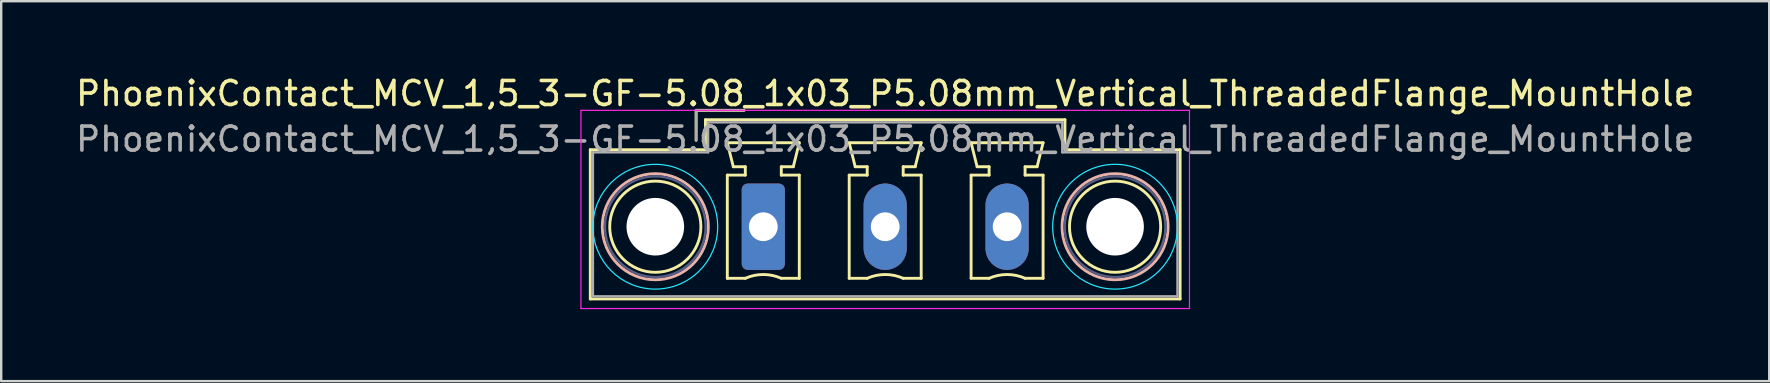
<source format=kicad_pcb>
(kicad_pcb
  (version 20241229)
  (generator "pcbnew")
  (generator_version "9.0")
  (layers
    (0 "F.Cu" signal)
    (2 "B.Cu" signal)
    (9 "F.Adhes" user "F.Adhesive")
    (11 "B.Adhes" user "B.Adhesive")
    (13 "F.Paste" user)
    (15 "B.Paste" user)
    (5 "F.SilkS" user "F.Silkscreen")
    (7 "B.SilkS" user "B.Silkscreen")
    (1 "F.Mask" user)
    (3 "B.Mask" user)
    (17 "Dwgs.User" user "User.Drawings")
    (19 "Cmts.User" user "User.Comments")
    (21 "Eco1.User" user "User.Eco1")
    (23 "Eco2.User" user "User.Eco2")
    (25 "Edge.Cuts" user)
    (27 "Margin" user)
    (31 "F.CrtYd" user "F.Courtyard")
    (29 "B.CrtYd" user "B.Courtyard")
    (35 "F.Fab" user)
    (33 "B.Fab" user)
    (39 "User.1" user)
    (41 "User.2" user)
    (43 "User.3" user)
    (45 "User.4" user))
  (footprint "PhoenixContact_MCV_1,5_3-GF-5.08_1x03_P5.08mm_Vertical_ThreadedFlange_MountHole"
    (layer "F.Cu")
    (at 28.759 6.398)
    (property "Reference" "PhoenixContact_MCV_1,5_3-GF-5.08_1x03_P5.08mm_Vertical_ThreadedFlange_MountHole" (at 5.08 -5.55 0) (layer "F.SilkS") (effects (font (size 1 1) (thickness 0.15))))
    (attr through_hole)
    (fp_line (start -7.21 -3.21) (end -7.21 3.01) (stroke (width 0.12) (type solid)) (layer "F.SilkS"))
    (fp_line (start -7.21 3.01) (end 17.37 3.01) (stroke (width 0.12) (type solid)) (layer "F.SilkS"))
    (fp_line (start -2.8 -4.85) (end -0.8 -4.85) (stroke (width 0.12) (type solid)) (layer "F.SilkS"))
    (fp_line (start -2.8 -3.6) (end -2.8 -4.85) (stroke (width 0.12) (type solid)) (layer "F.SilkS"))
    (fp_line (start -2.41 -4.46) (end -2.41 -3.21) (stroke (width 0.12) (type solid)) (layer "F.SilkS"))
    (fp_line (start -2.41 -3.21) (end -7.21 -3.21) (stroke (width 0.12) (type solid)) (layer "F.SilkS"))
    (fp_line (start -1.5 -3.5) (end 1.5 -3.5) (stroke (width 0.12) (type solid)) (layer "F.SilkS"))
    (fp_line (start -1.5 -2.15) (end -0.75 -2.15) (stroke (width 0.12) (type solid)) (layer "F.SilkS"))
    (fp_line (start -1.5 2.15) (end -1.5 -2.15) (stroke (width 0.12) (type solid)) (layer "F.SilkS"))
    (fp_line (start -1.25 -2.5) (end -1.5 -3.5) (stroke (width 0.12) (type solid)) (layer "F.SilkS"))
    (fp_line (start -0.75 -2.5) (end -1.25 -2.5) (stroke (width 0.12) (type solid)) (layer "F.SilkS"))
    (fp_line (start -0.75 -2.15) (end -0.75 -2.5) (stroke (width 0.12) (type solid)) (layer "F.SilkS"))
    (fp_line (start -0.75 2.15) (end -1.5 2.15) (stroke (width 0.12) (type solid)) (layer "F.SilkS"))
    (fp_line (start 0.75 -2.5) (end 0.75 -2.15) (stroke (width 0.12) (type solid)) (layer "F.SilkS"))
    (fp_line (start 0.75 -2.15) (end 1.5 -2.15) (stroke (width 0.12) (type solid)) (layer "F.SilkS"))
    (fp_line (start 1.25 -2.5) (end 0.75 -2.5) (stroke (width 0.12) (type solid)) (layer "F.SilkS"))
    (fp_line (start 1.5 -3.5) (end 1.25 -2.5) (stroke (width 0.12) (type solid)) (layer "F.SilkS"))
    (fp_line (start 1.5 -2.15) (end 1.5 2.15) (stroke (width 0.12) (type solid)) (layer "F.SilkS"))
    (fp_line (start 1.5 2.15) (end 0.75 2.15) (stroke (width 0.12) (type solid)) (layer "F.SilkS"))
    (fp_line (start 3.58 -3.5) (end 6.58 -3.5) (stroke (width 0.12) (type solid)) (layer "F.SilkS"))
    (fp_line (start 3.58 -2.15) (end 4.33 -2.15) (stroke (width 0.12) (type solid)) (layer "F.SilkS"))
    (fp_line (start 3.58 2.15) (end 3.58 -2.15) (stroke (width 0.12) (type solid)) (layer "F.SilkS"))
    (fp_line (start 3.83 -2.5) (end 3.58 -3.5) (stroke (width 0.12) (type solid)) (layer "F.SilkS"))
    (fp_line (start 4.33 -2.5) (end 3.83 -2.5) (stroke (width 0.12) (type solid)) (layer "F.SilkS"))
    (fp_line (start 4.33 -2.15) (end 4.33 -2.5) (stroke (width 0.12) (type solid)) (layer "F.SilkS"))
    (fp_line (start 4.33 2.15) (end 3.58 2.15) (stroke (width 0.12) (type solid)) (layer "F.SilkS"))
    (fp_line (start 5.83 -2.5) (end 5.83 -2.15) (stroke (width 0.12) (type solid)) (layer "F.SilkS"))
    (fp_line (start 5.83 -2.15) (end 6.58 -2.15) (stroke (width 0.12) (type solid)) (layer "F.SilkS"))
    (fp_line (start 6.33 -2.5) (end 5.83 -2.5) (stroke (width 0.12) (type solid)) (layer "F.SilkS"))
    (fp_line (start 6.58 -3.5) (end 6.33 -2.5) (stroke (width 0.12) (type solid)) (layer "F.SilkS"))
    (fp_line (start 6.58 -2.15) (end 6.58 2.15) (stroke (width 0.12) (type solid)) (layer "F.SilkS"))
    (fp_line (start 6.58 2.15) (end 5.83 2.15) (stroke (width 0.12) (type solid)) (layer "F.SilkS"))
    (fp_line (start 8.66 -3.5) (end 11.66 -3.5) (stroke (width 0.12) (type solid)) (layer "F.SilkS"))
    (fp_line (start 8.66 -2.15) (end 9.41 -2.15) (stroke (width 0.12) (type solid)) (layer "F.SilkS"))
    (fp_line (start 8.66 2.15) (end 8.66 -2.15) (stroke (width 0.12) (type solid)) (layer "F.SilkS"))
    (fp_line (start 8.91 -2.5) (end 8.66 -3.5) (stroke (width 0.12) (type solid)) (layer "F.SilkS"))
    (fp_line (start 9.41 -2.5) (end 8.91 -2.5) (stroke (width 0.12) (type solid)) (layer "F.SilkS"))
    (fp_line (start 9.41 -2.15) (end 9.41 -2.5) (stroke (width 0.12) (type solid)) (layer "F.SilkS"))
    (fp_line (start 9.41 2.15) (end 8.66 2.15) (stroke (width 0.12) (type solid)) (layer "F.SilkS"))
    (fp_line (start 10.91 -2.5) (end 10.91 -2.15) (stroke (width 0.12) (type solid)) (layer "F.SilkS"))
    (fp_line (start 10.91 -2.15) (end 11.66 -2.15) (stroke (width 0.12) (type solid)) (layer "F.SilkS"))
    (fp_line (start 11.41 -2.5) (end 10.91 -2.5) (stroke (width 0.12) (type solid)) (layer "F.SilkS"))
    (fp_line (start 11.66 -3.5) (end 11.41 -2.5) (stroke (width 0.12) (type solid)) (layer "F.SilkS"))
    (fp_line (start 11.66 -2.15) (end 11.66 2.15) (stroke (width 0.12) (type solid)) (layer "F.SilkS"))
    (fp_line (start 11.66 2.15) (end 10.91 2.15) (stroke (width 0.12) (type solid)) (layer "F.SilkS"))
    (fp_line (start 12.57 -4.46) (end -2.41 -4.46) (stroke (width 0.12) (type solid)) (layer "F.SilkS"))
    (fp_line (start 12.57 -3.21) (end 12.57 -4.46) (stroke (width 0.12) (type solid)) (layer "F.SilkS"))
    (fp_line (start 17.37 -3.21) (end 12.57 -3.21) (stroke (width 0.12) (type solid)) (layer "F.SilkS"))
    (fp_line (start 17.37 3.01) (end 17.37 -3.21) (stroke (width 0.12) (type solid)) (layer "F.SilkS"))
    (fp_arc (start -0.75 2.15) (mid -0.000193 1.99191) (end 0.749647 2.149844) (stroke (width 0.12) (type solid)) (layer "F.SilkS"))
    (fp_arc (start 4.33 2.15) (mid 5.079807 1.99191) (end 5.829647 2.149844) (stroke (width 0.12) (type solid)) (layer "F.SilkS"))
    (fp_arc (start 9.41 2.15) (mid 10.159807 1.99191) (end 10.909647 2.149844) (stroke (width 0.12) (type solid)) (layer "F.SilkS"))
    (fp_circle (center -4.5 0) (end -2.6 0) (stroke (width 0.12) (type solid)) (fill no) (layer "F.SilkS"))
    (fp_circle (center 14.66 0) (end 16.56 0) (stroke (width 0.12) (type solid)) (fill no) (layer "F.SilkS"))
    (fp_circle (center -4.5 0) (end -2.29 0) (stroke (width 0.12) (type solid)) (fill no) (layer "B.SilkS"))
    (fp_circle (center 14.66 0) (end 16.87 0) (stroke (width 0.12) (type solid)) (fill no) (layer "B.SilkS"))
    (fp_circle (center -4.5 0) (end -1.9 0) (stroke (width 0.05) (type solid)) (fill no) (layer "B.CrtYd"))
    (fp_circle (center 14.66 0) (end 17.26 0) (stroke (width 0.05) (type solid)) (fill no) (layer "B.CrtYd"))
    (fp_line (start -7.6 -4.85) (end -7.6 3.41) (stroke (width 0.05) (type solid)) (layer "F.CrtYd"))
    (fp_line (start -7.6 3.41) (end 17.76 3.41) (stroke (width 0.05) (type solid)) (layer "F.CrtYd"))
    (fp_line (start 17.76 -4.85) (end -7.6 -4.85) (stroke (width 0.05) (type solid)) (layer "F.CrtYd"))
    (fp_line (start 17.76 3.41) (end 17.76 -4.85) (stroke (width 0.05) (type solid)) (layer "F.CrtYd"))
    (fp_circle (center -4.5 0) (end -2.4 0) (stroke (width 0.1) (type solid)) (fill no) (layer "B.Fab"))
    (fp_circle (center 14.66 0) (end 16.76 0) (stroke (width 0.1) (type solid)) (fill no) (layer "B.Fab"))
    (fp_line (start -7.1 -3.1) (end -7.1 2.9) (stroke (width 0.1) (type solid)) (layer "F.Fab"))
    (fp_line (start -7.1 2.9) (end 17.26 2.9) (stroke (width 0.1) (type solid)) (layer "F.Fab"))
    (fp_line (start -2.8 -4.85) (end -0.8 -4.85) (stroke (width 0.1) (type solid)) (layer "F.Fab"))
    (fp_line (start -2.8 -3.6) (end -2.8 -4.85) (stroke (width 0.1) (type solid)) (layer "F.Fab"))
    (fp_line (start -2.3 -4.35) (end -2.3 -3.1) (stroke (width 0.1) (type solid)) (layer "F.Fab"))
    (fp_line (start -2.3 -3.1) (end -7.1 -3.1) (stroke (width 0.1) (type solid)) (layer "F.Fab"))
    (fp_line (start 12.46 -4.35) (end -2.3 -4.35) (stroke (width 0.1) (type solid)) (layer "F.Fab"))
    (fp_line (start 12.46 -3.1) (end 12.46 -4.35) (stroke (width 0.1) (type solid)) (layer "F.Fab"))
    (fp_line (start 17.26 -3.1) (end 12.46 -3.1) (stroke (width 0.1) (type solid)) (layer "F.Fab"))
    (fp_line (start 17.26 2.9) (end 17.26 -3.1) (stroke (width 0.1) (type solid)) (layer "F.Fab"))
    (fp_text user "${REFERENCE}" (at 5.08 -3.65 0) (layer "F.Fab") (effects (font (size 1 1) (thickness 0.15))))
    (pad "" np_thru_hole circle (at -4.5 0) (size 2.4 2.4) (drill 2.4) (layers "*.Cu" "*.Mask"))
    (pad "" np_thru_hole circle (at 14.66 0) (size 2.4 2.4) (drill 2.4) (layers "*.Cu" "*.Mask"))
    (pad "1" thru_hole roundrect (at 0 0) (size 1.8 3.6) (drill 1.2) (layers "*.Cu" "*.Mask") (roundrect_rratio 0.139))
    (pad "2" thru_hole oval (at 5.08 0) (size 1.8 3.6) (drill 1.2) (layers "*.Cu" "*.Mask"))
    (pad "3" thru_hole oval (at 10.16 0) (size 1.8 3.6) (drill 1.2) (layers "*.Cu" "*.Mask")))
  (gr_rect
    (start -3 -3)
    (end 70.679 12.833)
    (stroke (width 0.1) (type default))
    (fill no)
    (layer "Edge.Cuts")))
</source>
